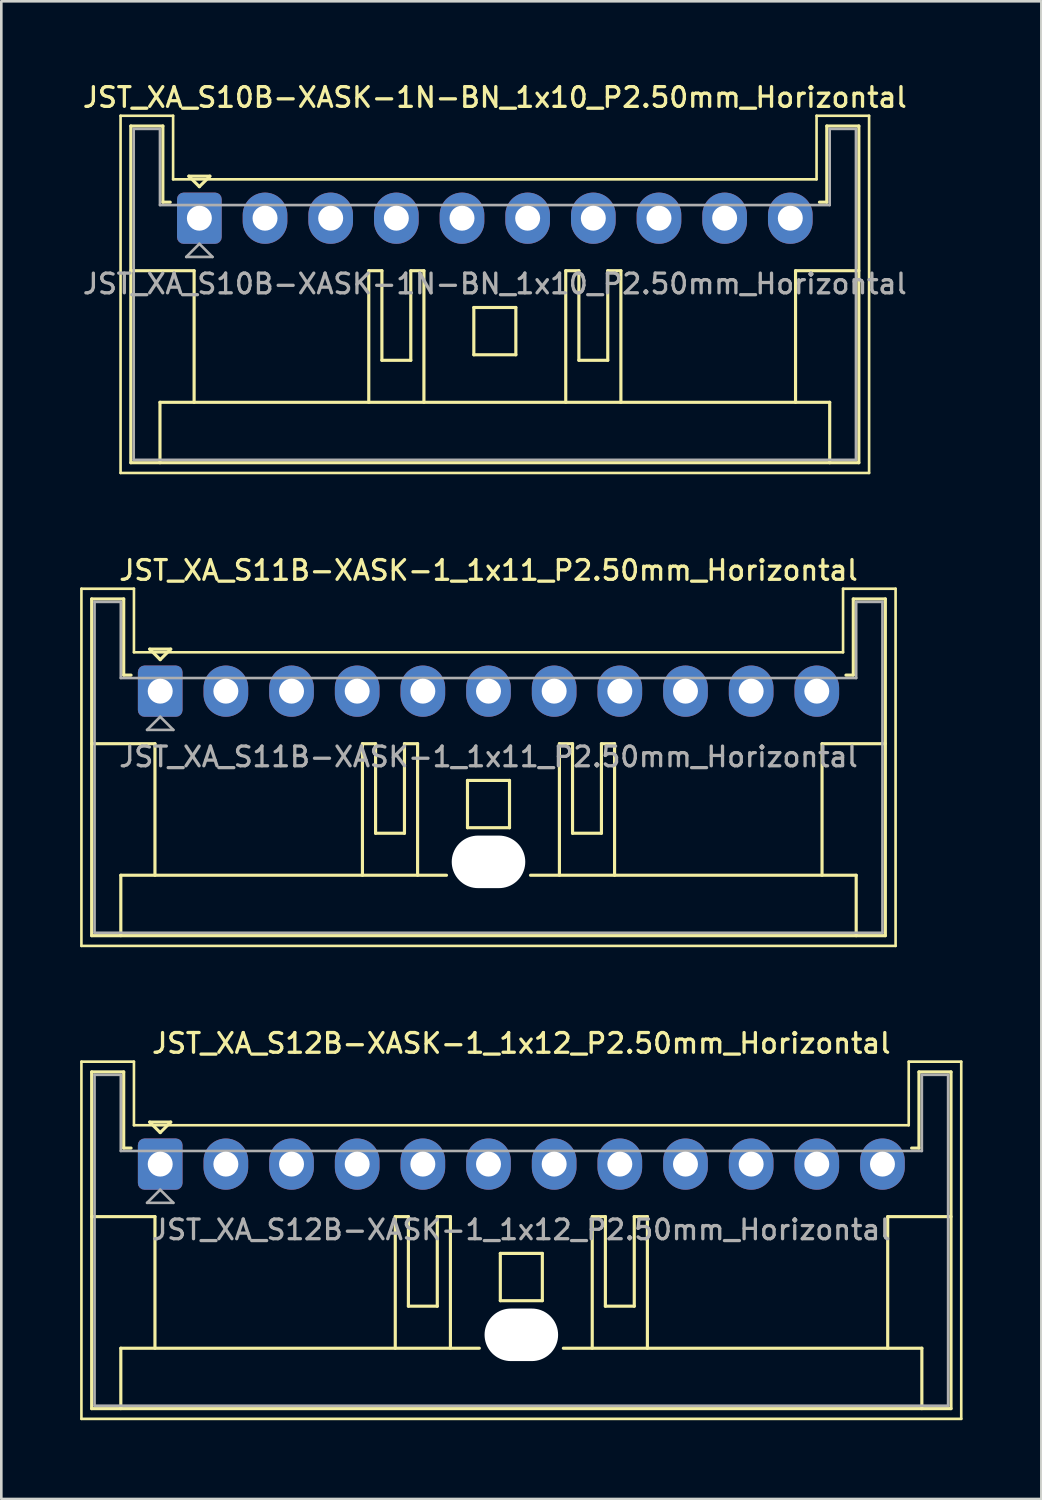
<source format=kicad_pcb>
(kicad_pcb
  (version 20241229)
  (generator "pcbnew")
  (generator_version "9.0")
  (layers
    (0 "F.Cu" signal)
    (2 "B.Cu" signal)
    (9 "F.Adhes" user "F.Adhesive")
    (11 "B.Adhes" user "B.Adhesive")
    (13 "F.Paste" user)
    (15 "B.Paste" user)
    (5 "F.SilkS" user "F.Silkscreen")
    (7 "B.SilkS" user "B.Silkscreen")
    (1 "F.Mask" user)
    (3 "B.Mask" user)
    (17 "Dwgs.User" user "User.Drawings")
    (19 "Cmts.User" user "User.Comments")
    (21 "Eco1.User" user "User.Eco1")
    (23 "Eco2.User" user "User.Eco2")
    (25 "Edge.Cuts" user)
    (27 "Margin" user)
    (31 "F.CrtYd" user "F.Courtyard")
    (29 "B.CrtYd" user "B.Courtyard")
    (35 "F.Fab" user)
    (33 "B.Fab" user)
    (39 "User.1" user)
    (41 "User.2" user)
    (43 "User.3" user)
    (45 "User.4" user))
  (footprint "JST_XA_S11B-XASK-1_1x11_P2.50mm_Horizontal"
    (layer "F.Cu")
    (at 3.05 23.266)
    (property "Reference" "JST_XA_S11B-XASK-1_1x11_P2.50mm_Horizontal" (at 12.5 -4.6 0) (layer "F.SilkS") (effects (font (size 0.75 0.75) (thickness 0.125))))
    (attr through_hole)
    (fp_line (start -3 -3.9) (end -3 9.7) (stroke (width 0.1) (type solid)) (layer "F.SilkS"))
    (fp_line (start -3 9.7) (end 28 9.7) (stroke (width 0.1) (type solid)) (layer "F.SilkS"))
    (fp_line (start -2.61 -3.51) (end -2.61 9.31) (stroke (width 0.12) (type solid)) (layer "F.SilkS"))
    (fp_line (start -2.61 9.31) (end 27.61 9.31) (stroke (width 0.12) (type solid)) (layer "F.SilkS"))
    (fp_line (start -1.5 7.01) (end 10.9 7.01) (stroke (width 0.12) (type solid)) (layer "F.SilkS"))
    (fp_line (start -1.5 9.31) (end -1.5 7.01) (stroke (width 0.12) (type solid)) (layer "F.SilkS"))
    (fp_line (start -1.39 -3.51) (end -2.61 -3.51) (stroke (width 0.12) (type solid)) (layer "F.SilkS"))
    (fp_line (start -1.39 -0.61) (end -1.39 -3.51) (stroke (width 0.12) (type solid)) (layer "F.SilkS"))
    (fp_line (start -1.11 -0.61) (end -1.39 -0.61) (stroke (width 0.12) (type solid)) (layer "F.SilkS"))
    (fp_line (start -1 -3.9) (end -3 -3.9) (stroke (width 0.1) (type solid)) (layer "F.SilkS"))
    (fp_line (start -1 -1.48) (end -1 -3.9) (stroke (width 0.1) (type solid)) (layer "F.SilkS"))
    (fp_line (start -0.4 -1.6) (end 0.4 -1.6) (stroke (width 0.12) (type solid)) (layer "F.SilkS"))
    (fp_line (start -0.2 2) (end -2.61 2) (stroke (width 0.12) (type solid)) (layer "F.SilkS"))
    (fp_line (start -0.2 7.01) (end -0.2 2) (stroke (width 0.12) (type solid)) (layer "F.SilkS"))
    (fp_line (start 0 -1.2) (end -0.4 -1.6) (stroke (width 0.12) (type solid)) (layer "F.SilkS"))
    (fp_line (start 0.4 -1.6) (end 0 -1.2) (stroke (width 0.12) (type solid)) (layer "F.SilkS"))
    (fp_line (start 7.7 2) (end 7.7 7.01) (stroke (width 0.12) (type solid)) (layer "F.SilkS"))
    (fp_line (start 8.2 2) (end 7.7 2) (stroke (width 0.12) (type solid)) (layer "F.SilkS"))
    (fp_line (start 8.2 5.41) (end 8.2 2) (stroke (width 0.12) (type solid)) (layer "F.SilkS"))
    (fp_line (start 9.3 2) (end 9.3 5.41) (stroke (width 0.12) (type solid)) (layer "F.SilkS"))
    (fp_line (start 9.3 5.41) (end 8.2 5.41) (stroke (width 0.12) (type solid)) (layer "F.SilkS"))
    (fp_line (start 9.8 2) (end 9.3 2) (stroke (width 0.12) (type solid)) (layer "F.SilkS"))
    (fp_line (start 9.8 7.01) (end 9.8 2) (stroke (width 0.12) (type solid)) (layer "F.SilkS"))
    (fp_line (start 11.7 3.4) (end 13.3 3.4) (stroke (width 0.12) (type solid)) (layer "F.SilkS"))
    (fp_line (start 11.7 5.2) (end 11.7 3.4) (stroke (width 0.12) (type solid)) (layer "F.SilkS"))
    (fp_line (start 13.3 3.4) (end 13.3 5.2) (stroke (width 0.12) (type solid)) (layer "F.SilkS"))
    (fp_line (start 13.3 5.2) (end 11.7 5.2) (stroke (width 0.12) (type solid)) (layer "F.SilkS"))
    (fp_line (start 14.1 7.01) (end 26.5 7.01) (stroke (width 0.12) (type solid)) (layer "F.SilkS"))
    (fp_line (start 15.2 2) (end 15.7 2) (stroke (width 0.12) (type solid)) (layer "F.SilkS"))
    (fp_line (start 15.2 7.01) (end 15.2 2) (stroke (width 0.12) (type solid)) (layer "F.SilkS"))
    (fp_line (start 15.7 2) (end 15.7 5.41) (stroke (width 0.12) (type solid)) (layer "F.SilkS"))
    (fp_line (start 15.7 5.41) (end 16.8 5.41) (stroke (width 0.12) (type solid)) (layer "F.SilkS"))
    (fp_line (start 16.8 2) (end 17.3 2) (stroke (width 0.12) (type solid)) (layer "F.SilkS"))
    (fp_line (start 16.8 5.41) (end 16.8 2) (stroke (width 0.12) (type solid)) (layer "F.SilkS"))
    (fp_line (start 17.3 2) (end 17.3 7.01) (stroke (width 0.12) (type solid)) (layer "F.SilkS"))
    (fp_line (start 25.2 2) (end 27.61 2) (stroke (width 0.12) (type solid)) (layer "F.SilkS"))
    (fp_line (start 25.2 7.01) (end 25.2 2) (stroke (width 0.12) (type solid)) (layer "F.SilkS"))
    (fp_line (start 26 -3.9) (end 26 -1.48) (stroke (width 0.1) (type solid)) (layer "F.SilkS"))
    (fp_line (start 26 -1.48) (end -1 -1.48) (stroke (width 0.1) (type solid)) (layer "F.SilkS"))
    (fp_line (start 26.39 -3.51) (end 26.39 -0.61) (stroke (width 0.12) (type solid)) (layer "F.SilkS"))
    (fp_line (start 26.39 -0.61) (end 26.11 -0.61) (stroke (width 0.12) (type solid)) (layer "F.SilkS"))
    (fp_line (start 26.5 7.01) (end 26.5 9.31) (stroke (width 0.12) (type solid)) (layer "F.SilkS"))
    (fp_line (start 27.61 -3.51) (end 26.39 -3.51) (stroke (width 0.12) (type solid)) (layer "F.SilkS"))
    (fp_line (start 27.61 9.31) (end 27.61 -3.51) (stroke (width 0.12) (type solid)) (layer "F.SilkS"))
    (fp_line (start 28 -3.9) (end 26 -3.9) (stroke (width 0.1) (type solid)) (layer "F.SilkS"))
    (fp_line (start 28 9.7) (end 28 -3.9) (stroke (width 0.1) (type solid)) (layer "F.SilkS"))
    (fp_line (start -2.5 -3.4) (end -2.5 9.2) (stroke (width 0.1) (type solid)) (layer "F.Fab"))
    (fp_line (start -2.5 9.2) (end 27.5 9.2) (stroke (width 0.1) (type solid)) (layer "F.Fab"))
    (fp_line (start -1.5 -3.4) (end -2.5 -3.4) (stroke (width 0.1) (type solid)) (layer "F.Fab"))
    (fp_line (start -1.5 -0.5) (end -1.5 -3.4) (stroke (width 0.1) (type solid)) (layer "F.Fab"))
    (fp_line (start -0.5 1.475) (end 0.5 1.475) (stroke (width 0.1) (type solid)) (layer "F.Fab"))
    (fp_line (start 0 0.975) (end -0.5 1.475) (stroke (width 0.1) (type solid)) (layer "F.Fab"))
    (fp_line (start 0.5 1.475) (end 0 0.975) (stroke (width 0.1) (type solid)) (layer "F.Fab"))
    (fp_line (start 26.5 -3.4) (end 26.5 -0.5) (stroke (width 0.1) (type solid)) (layer "F.Fab"))
    (fp_line (start 26.5 -0.5) (end -1.5 -0.5) (stroke (width 0.1) (type solid)) (layer "F.Fab"))
    (fp_line (start 27.5 -3.4) (end 26.5 -3.4) (stroke (width 0.1) (type solid)) (layer "F.Fab"))
    (fp_line (start 27.5 9.2) (end 27.5 -3.4) (stroke (width 0.1) (type solid)) (layer "F.Fab"))
    (fp_text user "${REFERENCE}" (at 12.5 2.5 0) (layer "F.Fab") (effects (font (size 0.75 0.75) (thickness 0.125))))
    (pad "" np_thru_hole oval (at 12.5 6.5) (size 2.8 2) (drill oval 2.8 2) (layers "*.Cu" "*.Mask"))
    (pad "1" thru_hole roundrect (at 0 0) (size 1.7 1.95) (drill 0.95) (layers "*.Cu" "*.Mask") (roundrect_rratio 0.147))
    (pad "2" thru_hole oval (at 2.5 0) (size 1.7 1.95) (drill 0.95) (layers "*.Cu" "*.Mask"))
    (pad "3" thru_hole oval (at 5 0) (size 1.7 1.95) (drill 0.95) (layers "*.Cu" "*.Mask"))
    (pad "4" thru_hole oval (at 7.5 0) (size 1.7 1.95) (drill 0.95) (layers "*.Cu" "*.Mask"))
    (pad "5" thru_hole oval (at 10 0) (size 1.7 1.95) (drill 0.95) (layers "*.Cu" "*.Mask"))
    (pad "6" thru_hole oval (at 12.5 0) (size 1.7 1.95) (drill 0.95) (layers "*.Cu" "*.Mask"))
    (pad "7" thru_hole oval (at 15 0) (size 1.7 1.95) (drill 0.95) (layers "*.Cu" "*.Mask"))
    (pad "8" thru_hole oval (at 17.5 0) (size 1.7 1.95) (drill 0.95) (layers "*.Cu" "*.Mask"))
    (pad "9" thru_hole oval (at 20 0) (size 1.7 1.95) (drill 0.95) (layers "*.Cu" "*.Mask"))
    (pad "10" thru_hole oval (at 22.5 0) (size 1.7 1.95) (drill 0.95) (layers "*.Cu" "*.Mask"))
    (pad "11" thru_hole oval (at 25 0) (size 1.7 1.95) (drill 0.95) (layers "*.Cu" "*.Mask")))
  (footprint "JST_XA_S12B-XASK-1_1x12_P2.50mm_Horizontal"
    (layer "F.Cu")
    (at 3.05 41.274)
    (property "Reference" "JST_XA_S12B-XASK-1_1x12_P2.50mm_Horizontal" (at 13.75 -4.6 0) (layer "F.SilkS") (effects (font (size 0.75 0.75) (thickness 0.125))))
    (attr through_hole)
    (fp_line (start -3 -3.9) (end -3 9.7) (stroke (width 0.1) (type solid)) (layer "F.SilkS"))
    (fp_line (start -3 9.7) (end 30.5 9.7) (stroke (width 0.1) (type solid)) (layer "F.SilkS"))
    (fp_line (start -2.61 -3.51) (end -2.61 9.31) (stroke (width 0.12) (type solid)) (layer "F.SilkS"))
    (fp_line (start -2.61 9.31) (end 30.11 9.31) (stroke (width 0.12) (type solid)) (layer "F.SilkS"))
    (fp_line (start -1.5 7.01) (end 12.15 7.01) (stroke (width 0.12) (type solid)) (layer "F.SilkS"))
    (fp_line (start -1.5 9.31) (end -1.5 7.01) (stroke (width 0.12) (type solid)) (layer "F.SilkS"))
    (fp_line (start -1.39 -3.51) (end -2.61 -3.51) (stroke (width 0.12) (type solid)) (layer "F.SilkS"))
    (fp_line (start -1.39 -0.61) (end -1.39 -3.51) (stroke (width 0.12) (type solid)) (layer "F.SilkS"))
    (fp_line (start -1.11 -0.61) (end -1.39 -0.61) (stroke (width 0.12) (type solid)) (layer "F.SilkS"))
    (fp_line (start -1 -3.9) (end -3 -3.9) (stroke (width 0.1) (type solid)) (layer "F.SilkS"))
    (fp_line (start -1 -1.48) (end -1 -3.9) (stroke (width 0.1) (type solid)) (layer "F.SilkS"))
    (fp_line (start -0.4 -1.6) (end 0.4 -1.6) (stroke (width 0.12) (type solid)) (layer "F.SilkS"))
    (fp_line (start -0.2 2) (end -2.61 2) (stroke (width 0.12) (type solid)) (layer "F.SilkS"))
    (fp_line (start -0.2 7.01) (end -0.2 2) (stroke (width 0.12) (type solid)) (layer "F.SilkS"))
    (fp_line (start 0 -1.2) (end -0.4 -1.6) (stroke (width 0.12) (type solid)) (layer "F.SilkS"))
    (fp_line (start 0.4 -1.6) (end 0 -1.2) (stroke (width 0.12) (type solid)) (layer "F.SilkS"))
    (fp_line (start 8.95 2) (end 8.95 7.01) (stroke (width 0.12) (type solid)) (layer "F.SilkS"))
    (fp_line (start 9.45 2) (end 8.95 2) (stroke (width 0.12) (type solid)) (layer "F.SilkS"))
    (fp_line (start 9.45 5.41) (end 9.45 2) (stroke (width 0.12) (type solid)) (layer "F.SilkS"))
    (fp_line (start 10.55 2) (end 10.55 5.41) (stroke (width 0.12) (type solid)) (layer "F.SilkS"))
    (fp_line (start 10.55 5.41) (end 9.45 5.41) (stroke (width 0.12) (type solid)) (layer "F.SilkS"))
    (fp_line (start 11.05 2) (end 10.55 2) (stroke (width 0.12) (type solid)) (layer "F.SilkS"))
    (fp_line (start 11.05 7.01) (end 11.05 2) (stroke (width 0.12) (type solid)) (layer "F.SilkS"))
    (fp_line (start 12.95 3.4) (end 14.55 3.4) (stroke (width 0.12) (type solid)) (layer "F.SilkS"))
    (fp_line (start 12.95 5.2) (end 12.95 3.4) (stroke (width 0.12) (type solid)) (layer "F.SilkS"))
    (fp_line (start 14.55 3.4) (end 14.55 5.2) (stroke (width 0.12) (type solid)) (layer "F.SilkS"))
    (fp_line (start 14.55 5.2) (end 12.95 5.2) (stroke (width 0.12) (type solid)) (layer "F.SilkS"))
    (fp_line (start 15.35 7.01) (end 29 7.01) (stroke (width 0.12) (type solid)) (layer "F.SilkS"))
    (fp_line (start 16.45 2) (end 16.95 2) (stroke (width 0.12) (type solid)) (layer "F.SilkS"))
    (fp_line (start 16.45 7.01) (end 16.45 2) (stroke (width 0.12) (type solid)) (layer "F.SilkS"))
    (fp_line (start 16.95 2) (end 16.95 5.41) (stroke (width 0.12) (type solid)) (layer "F.SilkS"))
    (fp_line (start 16.95 5.41) (end 18.05 5.41) (stroke (width 0.12) (type solid)) (layer "F.SilkS"))
    (fp_line (start 18.05 2) (end 18.55 2) (stroke (width 0.12) (type solid)) (layer "F.SilkS"))
    (fp_line (start 18.05 5.41) (end 18.05 2) (stroke (width 0.12) (type solid)) (layer "F.SilkS"))
    (fp_line (start 18.55 2) (end 18.55 7.01) (stroke (width 0.12) (type solid)) (layer "F.SilkS"))
    (fp_line (start 27.7 2) (end 30.11 2) (stroke (width 0.12) (type solid)) (layer "F.SilkS"))
    (fp_line (start 27.7 7.01) (end 27.7 2) (stroke (width 0.12) (type solid)) (layer "F.SilkS"))
    (fp_line (start 28.5 -3.9) (end 28.5 -1.48) (stroke (width 0.1) (type solid)) (layer "F.SilkS"))
    (fp_line (start 28.5 -1.48) (end -1 -1.48) (stroke (width 0.1) (type solid)) (layer "F.SilkS"))
    (fp_line (start 28.89 -3.51) (end 28.89 -0.61) (stroke (width 0.12) (type solid)) (layer "F.SilkS"))
    (fp_line (start 28.89 -0.61) (end 28.61 -0.61) (stroke (width 0.12) (type solid)) (layer "F.SilkS"))
    (fp_line (start 29 7.01) (end 29 9.31) (stroke (width 0.12) (type solid)) (layer "F.SilkS"))
    (fp_line (start 30.11 -3.51) (end 28.89 -3.51) (stroke (width 0.12) (type solid)) (layer "F.SilkS"))
    (fp_line (start 30.11 9.31) (end 30.11 -3.51) (stroke (width 0.12) (type solid)) (layer "F.SilkS"))
    (fp_line (start 30.5 -3.9) (end 28.5 -3.9) (stroke (width 0.1) (type solid)) (layer "F.SilkS"))
    (fp_line (start 30.5 9.7) (end 30.5 -3.9) (stroke (width 0.1) (type solid)) (layer "F.SilkS"))
    (fp_line (start -2.5 -3.4) (end -2.5 9.2) (stroke (width 0.1) (type solid)) (layer "F.Fab"))
    (fp_line (start -2.5 9.2) (end 30 9.2) (stroke (width 0.1) (type solid)) (layer "F.Fab"))
    (fp_line (start -1.5 -3.4) (end -2.5 -3.4) (stroke (width 0.1) (type solid)) (layer "F.Fab"))
    (fp_line (start -1.5 -0.5) (end -1.5 -3.4) (stroke (width 0.1) (type solid)) (layer "F.Fab"))
    (fp_line (start -0.5 1.475) (end 0.5 1.475) (stroke (width 0.1) (type solid)) (layer "F.Fab"))
    (fp_line (start 0 0.975) (end -0.5 1.475) (stroke (width 0.1) (type solid)) (layer "F.Fab"))
    (fp_line (start 0.5 1.475) (end 0 0.975) (stroke (width 0.1) (type solid)) (layer "F.Fab"))
    (fp_line (start 29 -3.4) (end 29 -0.5) (stroke (width 0.1) (type solid)) (layer "F.Fab"))
    (fp_line (start 29 -0.5) (end -1.5 -0.5) (stroke (width 0.1) (type solid)) (layer "F.Fab"))
    (fp_line (start 30 -3.4) (end 29 -3.4) (stroke (width 0.1) (type solid)) (layer "F.Fab"))
    (fp_line (start 30 9.2) (end 30 -3.4) (stroke (width 0.1) (type solid)) (layer "F.Fab"))
    (fp_text user "${REFERENCE}" (at 13.75 2.5 0) (layer "F.Fab") (effects (font (size 0.75 0.75) (thickness 0.125))))
    (pad "" np_thru_hole oval (at 13.75 6.5) (size 2.8 2) (drill oval 2.8 2) (layers "*.Cu" "*.Mask"))
    (pad "1" thru_hole roundrect (at 0 0) (size 1.7 1.95) (drill 0.95) (layers "*.Cu" "*.Mask") (roundrect_rratio 0.147))
    (pad "2" thru_hole oval (at 2.5 0) (size 1.7 1.95) (drill 0.95) (layers "*.Cu" "*.Mask"))
    (pad "3" thru_hole oval (at 5 0) (size 1.7 1.95) (drill 0.95) (layers "*.Cu" "*.Mask"))
    (pad "4" thru_hole oval (at 7.5 0) (size 1.7 1.95) (drill 0.95) (layers "*.Cu" "*.Mask"))
    (pad "5" thru_hole oval (at 10 0) (size 1.7 1.95) (drill 0.95) (layers "*.Cu" "*.Mask"))
    (pad "6" thru_hole oval (at 12.5 0) (size 1.7 1.95) (drill 0.95) (layers "*.Cu" "*.Mask"))
    (pad "7" thru_hole oval (at 15 0) (size 1.7 1.95) (drill 0.95) (layers "*.Cu" "*.Mask"))
    (pad "8" thru_hole oval (at 17.5 0) (size 1.7 1.95) (drill 0.95) (layers "*.Cu" "*.Mask"))
    (pad "9" thru_hole oval (at 20 0) (size 1.7 1.95) (drill 0.95) (layers "*.Cu" "*.Mask"))
    (pad "10" thru_hole oval (at 22.5 0) (size 1.7 1.95) (drill 0.95) (layers "*.Cu" "*.Mask"))
    (pad "11" thru_hole oval (at 25 0) (size 1.7 1.95) (drill 0.95) (layers "*.Cu" "*.Mask"))
    (pad "12" thru_hole oval (at 27.5 0) (size 1.7 1.95) (drill 0.95) (layers "*.Cu" "*.Mask")))
  (footprint "JST_XA_S10B-XASK-1N-BN_1x10_P2.50mm_Horizontal"
    (layer "F.Cu")
    (at 4.541 5.258)
    (property "Reference" "JST_XA_S10B-XASK-1N-BN_1x10_P2.50mm_Horizontal" (at 11.25 -4.6 0) (layer "F.SilkS") (effects (font (size 0.75 0.75) (thickness 0.125))))
    (attr through_hole)
    (fp_line (start -3 -3.9) (end -3 9.7) (stroke (width 0.1) (type solid)) (layer "F.SilkS"))
    (fp_line (start -3 9.7) (end 25.5 9.7) (stroke (width 0.1) (type solid)) (layer "F.SilkS"))
    (fp_line (start -2.61 -3.51) (end -2.61 9.31) (stroke (width 0.12) (type solid)) (layer "F.SilkS"))
    (fp_line (start -2.61 9.31) (end 25.11 9.31) (stroke (width 0.12) (type solid)) (layer "F.SilkS"))
    (fp_line (start -1.5 7.01) (end 24 7.01) (stroke (width 0.12) (type solid)) (layer "F.SilkS"))
    (fp_line (start -1.5 9.31) (end -1.5 7.01) (stroke (width 0.12) (type solid)) (layer "F.SilkS"))
    (fp_line (start -1.39 -3.51) (end -2.61 -3.51) (stroke (width 0.12) (type solid)) (layer "F.SilkS"))
    (fp_line (start -1.39 -0.61) (end -1.39 -3.51) (stroke (width 0.12) (type solid)) (layer "F.SilkS"))
    (fp_line (start -1.11 -0.61) (end -1.39 -0.61) (stroke (width 0.12) (type solid)) (layer "F.SilkS"))
    (fp_line (start -1 -3.9) (end -3 -3.9) (stroke (width 0.1) (type solid)) (layer "F.SilkS"))
    (fp_line (start -1 -1.48) (end -1 -3.9) (stroke (width 0.1) (type solid)) (layer "F.SilkS"))
    (fp_line (start -0.4 -1.6) (end 0.4 -1.6) (stroke (width 0.12) (type solid)) (layer "F.SilkS"))
    (fp_line (start -0.2 2) (end -2.61 2) (stroke (width 0.12) (type solid)) (layer "F.SilkS"))
    (fp_line (start -0.2 7.01) (end -0.2 2) (stroke (width 0.12) (type solid)) (layer "F.SilkS"))
    (fp_line (start 0 -1.2) (end -0.4 -1.6) (stroke (width 0.12) (type solid)) (layer "F.SilkS"))
    (fp_line (start 0.4 -1.6) (end 0 -1.2) (stroke (width 0.12) (type solid)) (layer "F.SilkS"))
    (fp_line (start 6.45 2) (end 6.45 7.01) (stroke (width 0.12) (type solid)) (layer "F.SilkS"))
    (fp_line (start 6.95 2) (end 6.45 2) (stroke (width 0.12) (type solid)) (layer "F.SilkS"))
    (fp_line (start 6.95 5.41) (end 6.95 2) (stroke (width 0.12) (type solid)) (layer "F.SilkS"))
    (fp_line (start 8.05 2) (end 8.05 5.41) (stroke (width 0.12) (type solid)) (layer "F.SilkS"))
    (fp_line (start 8.05 5.41) (end 6.95 5.41) (stroke (width 0.12) (type solid)) (layer "F.SilkS"))
    (fp_line (start 8.55 2) (end 8.05 2) (stroke (width 0.12) (type solid)) (layer "F.SilkS"))
    (fp_line (start 8.55 7.01) (end 8.55 2) (stroke (width 0.12) (type solid)) (layer "F.SilkS"))
    (fp_line (start 10.45 3.4) (end 12.05 3.4) (stroke (width 0.12) (type solid)) (layer "F.SilkS"))
    (fp_line (start 10.45 5.2) (end 10.45 3.4) (stroke (width 0.12) (type solid)) (layer "F.SilkS"))
    (fp_line (start 12.05 3.4) (end 12.05 5.2) (stroke (width 0.12) (type solid)) (layer "F.SilkS"))
    (fp_line (start 12.05 5.2) (end 10.45 5.2) (stroke (width 0.12) (type solid)) (layer "F.SilkS"))
    (fp_line (start 13.95 2) (end 14.45 2) (stroke (width 0.12) (type solid)) (layer "F.SilkS"))
    (fp_line (start 13.95 7.01) (end 13.95 2) (stroke (width 0.12) (type solid)) (layer "F.SilkS"))
    (fp_line (start 14.45 2) (end 14.45 5.41) (stroke (width 0.12) (type solid)) (layer "F.SilkS"))
    (fp_line (start 14.45 5.41) (end 15.55 5.41) (stroke (width 0.12) (type solid)) (layer "F.SilkS"))
    (fp_line (start 15.55 2) (end 16.05 2) (stroke (width 0.12) (type solid)) (layer "F.SilkS"))
    (fp_line (start 15.55 5.41) (end 15.55 2) (stroke (width 0.12) (type solid)) (layer "F.SilkS"))
    (fp_line (start 16.05 2) (end 16.05 7.01) (stroke (width 0.12) (type solid)) (layer "F.SilkS"))
    (fp_line (start 22.7 2) (end 25.11 2) (stroke (width 0.12) (type solid)) (layer "F.SilkS"))
    (fp_line (start 22.7 7.01) (end 22.7 2) (stroke (width 0.12) (type solid)) (layer "F.SilkS"))
    (fp_line (start 23.5 -3.9) (end 23.5 -1.48) (stroke (width 0.1) (type solid)) (layer "F.SilkS"))
    (fp_line (start 23.5 -1.48) (end -1 -1.48) (stroke (width 0.1) (type solid)) (layer "F.SilkS"))
    (fp_line (start 23.89 -3.51) (end 23.89 -0.61) (stroke (width 0.12) (type solid)) (layer "F.SilkS"))
    (fp_line (start 23.89 -0.61) (end 23.61 -0.61) (stroke (width 0.12) (type solid)) (layer "F.SilkS"))
    (fp_line (start 24 7.01) (end 24 9.31) (stroke (width 0.12) (type solid)) (layer "F.SilkS"))
    (fp_line (start 25.11 -3.51) (end 23.89 -3.51) (stroke (width 0.12) (type solid)) (layer "F.SilkS"))
    (fp_line (start 25.11 9.31) (end 25.11 -3.51) (stroke (width 0.12) (type solid)) (layer "F.SilkS"))
    (fp_line (start 25.5 -3.9) (end 23.5 -3.9) (stroke (width 0.1) (type solid)) (layer "F.SilkS"))
    (fp_line (start 25.5 9.7) (end 25.5 -3.9) (stroke (width 0.1) (type solid)) (layer "F.SilkS"))
    (fp_line (start -2.5 -3.4) (end -2.5 9.2) (stroke (width 0.1) (type solid)) (layer "F.Fab"))
    (fp_line (start -2.5 9.2) (end 25 9.2) (stroke (width 0.1) (type solid)) (layer "F.Fab"))
    (fp_line (start -1.5 -3.4) (end -2.5 -3.4) (stroke (width 0.1) (type solid)) (layer "F.Fab"))
    (fp_line (start -1.5 -0.5) (end -1.5 -3.4) (stroke (width 0.1) (type solid)) (layer "F.Fab"))
    (fp_line (start -0.5 1.475) (end 0.5 1.475) (stroke (width 0.1) (type solid)) (layer "F.Fab"))
    (fp_line (start 0 0.975) (end -0.5 1.475) (stroke (width 0.1) (type solid)) (layer "F.Fab"))
    (fp_line (start 0.5 1.475) (end 0 0.975) (stroke (width 0.1) (type solid)) (layer "F.Fab"))
    (fp_line (start 24 -3.4) (end 24 -0.5) (stroke (width 0.1) (type solid)) (layer "F.Fab"))
    (fp_line (start 24 -0.5) (end -1.5 -0.5) (stroke (width 0.1) (type solid)) (layer "F.Fab"))
    (fp_line (start 25 -3.4) (end 24 -3.4) (stroke (width 0.1) (type solid)) (layer "F.Fab"))
    (fp_line (start 25 9.2) (end 25 -3.4) (stroke (width 0.1) (type solid)) (layer "F.Fab"))
    (fp_text user "${REFERENCE}" (at 11.25 2.5 0) (layer "F.Fab") (effects (font (size 0.75 0.75) (thickness 0.125))))
    (pad "1" thru_hole roundrect (at 0 0) (size 1.7 1.95) (drill 0.95) (layers "*.Cu" "*.Mask") (roundrect_rratio 0.147))
    (pad "2" thru_hole oval (at 2.5 0) (size 1.7 1.95) (drill 0.95) (layers "*.Cu" "*.Mask"))
    (pad "3" thru_hole oval (at 5 0) (size 1.7 1.95) (drill 0.95) (layers "*.Cu" "*.Mask"))
    (pad "4" thru_hole oval (at 7.5 0) (size 1.7 1.95) (drill 0.95) (layers "*.Cu" "*.Mask"))
    (pad "5" thru_hole oval (at 10 0) (size 1.7 1.95) (drill 0.95) (layers "*.Cu" "*.Mask"))
    (pad "6" thru_hole oval (at 12.5 0) (size 1.7 1.95) (drill 0.95) (layers "*.Cu" "*.Mask"))
    (pad "7" thru_hole oval (at 15 0) (size 1.7 1.95) (drill 0.95) (layers "*.Cu" "*.Mask"))
    (pad "8" thru_hole oval (at 17.5 0) (size 1.7 1.95) (drill 0.95) (layers "*.Cu" "*.Mask"))
    (pad "9" thru_hole oval (at 20 0) (size 1.7 1.95) (drill 0.95) (layers "*.Cu" "*.Mask"))
    (pad "10" thru_hole oval (at 22.5 0) (size 1.7 1.95) (drill 0.95) (layers "*.Cu" "*.Mask")))
  (gr_rect
    (start -3 -3)
    (end 36.6 54.024)
    (stroke (width 0.1) (type default))
    (fill no)
    (layer "Edge.Cuts")))
</source>
